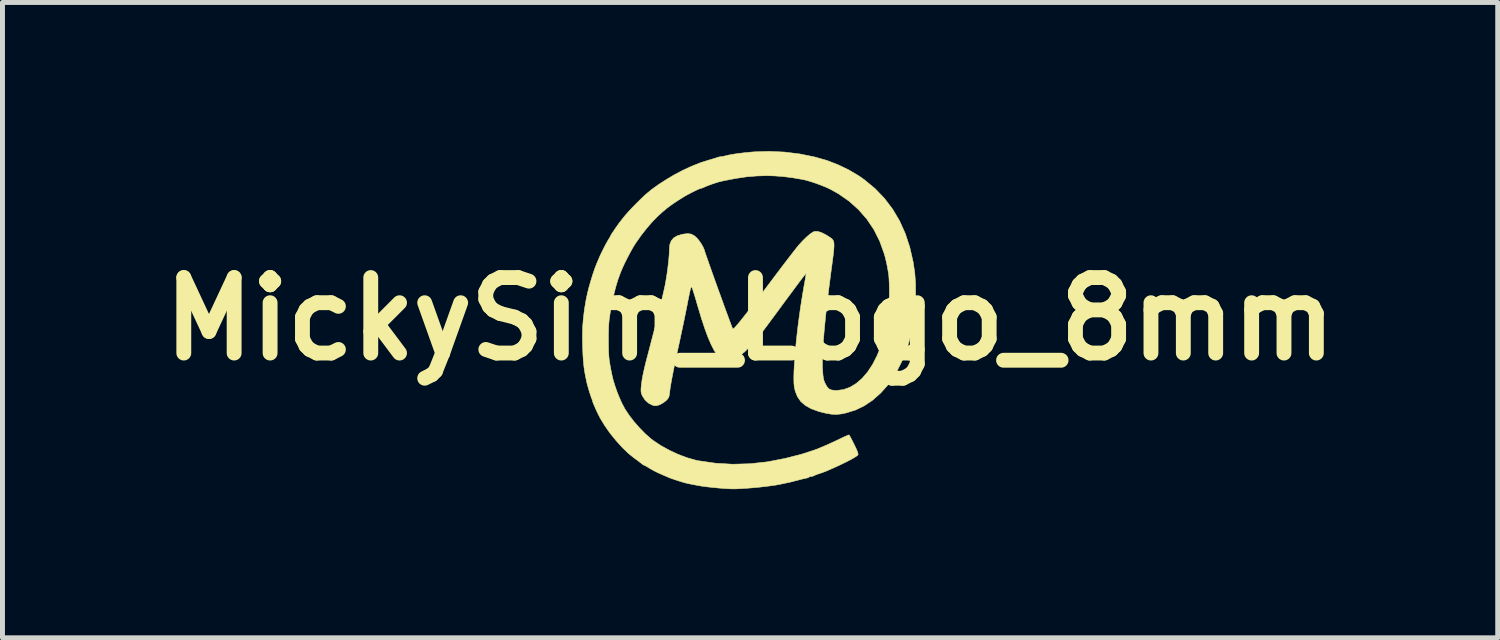
<source format=kicad_pcb>
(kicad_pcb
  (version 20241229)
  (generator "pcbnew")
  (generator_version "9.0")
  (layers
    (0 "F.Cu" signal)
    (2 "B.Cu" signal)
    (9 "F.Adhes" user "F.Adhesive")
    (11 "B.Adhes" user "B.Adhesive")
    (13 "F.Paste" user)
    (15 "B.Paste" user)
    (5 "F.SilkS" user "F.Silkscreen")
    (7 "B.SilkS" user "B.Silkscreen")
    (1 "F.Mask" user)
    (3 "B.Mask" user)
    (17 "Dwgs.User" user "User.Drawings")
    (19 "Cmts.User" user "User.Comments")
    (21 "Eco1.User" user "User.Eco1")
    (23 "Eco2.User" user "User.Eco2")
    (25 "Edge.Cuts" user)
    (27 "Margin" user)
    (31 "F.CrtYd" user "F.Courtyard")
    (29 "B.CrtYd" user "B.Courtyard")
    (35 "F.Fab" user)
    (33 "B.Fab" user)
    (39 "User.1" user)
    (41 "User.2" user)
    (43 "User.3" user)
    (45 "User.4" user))
  (footprint "MickySim_Logo_8mm"
    (layer "F.Cu")
    (at 12.09 3.387)
    (property "Reference" "MickySim_Logo_8mm" (at 0 0 0) (layer "F.SilkS") (effects (font (size 1.524 1.524) (thickness 0.3))))
    (attr through_hole)
    (fp_poly (pts (xy 0.693 -3.368) (xy 1.003 -3.33) (xy 1.303 -3.269) (xy 1.55 -3.199) (xy 1.773 -3.113) (xy 1.993 -3.007) (xy 2.199 -2.885) (xy 2.308 -2.808) (xy 2.523 -2.63) (xy 2.712 -2.433) (xy 2.877 -2.216) (xy 3.017 -1.98) (xy 3.132 -1.725) (xy 3.223 -1.448) (xy 3.291 -1.151) (xy 3.324 -0.932) (xy 3.34 -0.718) (xy 3.341 -0.486) (xy 3.329 -0.244) (xy 3.302 -0.003) (xy 3.263 0.229) (xy 3.213 0.442) (xy 3.2 0.487) (xy 3.172 0.578) (xy 3.149 0.648) (xy 3.129 0.705) (xy 3.108 0.758) (xy 3.081 0.816) (xy 3.047 0.889) (xy 3.02 0.943) (xy 2.971 1.041) (xy 2.931 1.118) (xy 2.896 1.179) (xy 2.862 1.232) (xy 2.824 1.283) (xy 2.792 1.323) (xy 2.636 1.496) (xy 2.475 1.639) (xy 2.306 1.753) (xy 2.128 1.839) (xy 1.938 1.898) (xy 1.841 1.918) (xy 1.747 1.928) (xy 1.646 1.924) (xy 1.533 1.905) (xy 1.4 1.872) (xy 1.382 1.867) (xy 1.236 1.814) (xy 1.117 1.748) (xy 1.025 1.669) (xy 0.957 1.572) (xy 0.911 1.457) (xy 0.892 1.373) (xy 0.885 1.296) (xy 0.883 1.19) (xy 0.886 1.06) (xy 0.894 0.908) (xy 0.906 0.739) (xy 0.922 0.556) (xy 0.942 0.362) (xy 0.965 0.161) (xy 0.992 -0.045) (xy 1.021 -0.251) (xy 1.053 -0.453) (xy 1.086 -0.65) (xy 1.095 -0.697) (xy 1.109 -0.776) (xy 1.12 -0.843) (xy 1.128 -0.892) (xy 1.13 -0.918) (xy 1.13 -0.92) (xy 1.12 -0.909) (xy 1.093 -0.874) (xy 1.051 -0.82) (xy 0.996 -0.748) (xy 0.931 -0.661) (xy 0.858 -0.562) (xy 0.777 -0.453) (xy 0.758 -0.428) (xy 0.671 -0.31) (xy 0.586 -0.194) (xy 0.505 -0.084) (xy 0.431 0.015) (xy 0.368 0.101) (xy 0.317 0.169) (xy 0.283 0.215) (xy 0.143 0.394) (xy 0.012 0.543) (xy -0.108 0.663) (xy -0.219 0.752) (xy -0.321 0.812) (xy -0.413 0.843) (xy -0.496 0.844) (xy -0.558 0.824) (xy -0.614 0.783) (xy -0.671 0.718) (xy -0.729 0.629) (xy -0.788 0.513) (xy -0.849 0.371) (xy -0.912 0.2) (xy -0.979 -0.000056) (xy -1.048 -0.231) (xy -1.063 -0.28) (xy -1.091 -0.378) (xy -1.118 -0.468) (xy -1.142 -0.544) (xy -1.16 -0.601) (xy -1.172 -0.634) (xy -1.174 -0.637) (xy -1.181 -0.646) (xy -1.187 -0.644) (xy -1.195 -0.628) (xy -1.205 -0.595) (xy -1.218 -0.541) (xy -1.234 -0.464) (xy -1.255 -0.361) (xy -1.269 -0.286) (xy -1.297 -0.147) (xy -1.329 0.01) (xy -1.363 0.174) (xy -1.397 0.332) (xy -1.427 0.473) (xy -1.43 0.487) (xy -1.474 0.688) (xy -1.514 0.875) (xy -1.548 1.044) (xy -1.577 1.194) (xy -1.6 1.32) (xy -1.616 1.421) (xy -1.623 1.483) (xy -1.631 1.543) (xy -1.643 1.584) (xy -1.664 1.616) (xy -1.694 1.648) (xy -1.747 1.689) (xy -1.807 1.724) (xy -1.828 1.734) (xy -1.88 1.75) (xy -1.921 1.753) (xy -1.966 1.743) (xy -2.047 1.703) (xy -2.119 1.638) (xy -2.173 1.556) (xy -2.192 1.511) (xy -2.201 1.47) (xy -2.202 1.419) (xy -2.198 1.369) (xy -2.189 1.29) (xy -2.177 1.207) (xy -2.159 1.115) (xy -2.136 1.009) (xy -2.106 0.884) (xy -2.067 0.735) (xy -2.05 0.671) (xy -2.007 0.505) (xy -1.962 0.332) (xy -1.917 0.158) (xy -1.874 -0.014) (xy -1.833 -0.178) (xy -1.796 -0.33) (xy -1.764 -0.465) (xy -1.738 -0.578) (xy -1.719 -0.663) (xy -1.697 -0.783) (xy -1.676 -0.914) (xy -1.658 -1.049) (xy -1.643 -1.18) (xy -1.633 -1.296) (xy -1.629 -1.391) (xy -1.629 -1.398) (xy -1.621 -1.498) (xy -1.592 -1.576) (xy -1.542 -1.635) (xy -1.467 -1.679) (xy -1.365 -1.709) (xy -1.353 -1.711) (xy -1.263 -1.722) (xy -1.191 -1.713) (xy -1.128 -1.681) (xy -1.078 -1.638) (xy -1.032 -1.584) (xy -0.987 -1.519) (xy -0.949 -1.452) (xy -0.923 -1.393) (xy -0.919 -1.376) (xy -0.912 -1.352) (xy -0.895 -1.302) (xy -0.869 -1.229) (xy -0.837 -1.137) (xy -0.799 -1.029) (xy -0.756 -0.908) (xy -0.71 -0.779) (xy -0.662 -0.645) (xy -0.613 -0.51) (xy -0.564 -0.376) (xy -0.518 -0.247) (xy -0.474 -0.128) (xy -0.435 -0.022) (xy -0.401 0.069) (xy -0.375 0.14) (xy -0.359 0.18) (xy -0.349 0.2) (xy -0.335 0.197) (xy -0.315 0.18) (xy -0.287 0.151) (xy -0.241 0.097) (xy -0.179 0.021) (xy -0.103 -0.075) (xy -0.014 -0.189) (xy 0.087 -0.319) (xy 0.198 -0.464) (xy 0.318 -0.621) (xy 0.444 -0.789) (xy 0.475 -0.831) (xy 0.566 -0.951) (xy 0.655 -1.069) (xy 0.74 -1.18) (xy 0.818 -1.281) (xy 0.886 -1.369) (xy 0.941 -1.439) (xy 0.981 -1.488) (xy 0.989 -1.497) (xy 1.066 -1.581) (xy 1.141 -1.654) (xy 1.209 -1.712) (xy 1.266 -1.751) (xy 1.301 -1.766) (xy 1.36 -1.767) (xy 1.434 -1.746) (xy 1.52 -1.704) (xy 1.559 -1.68) (xy 1.6 -1.654) (xy 1.633 -1.632) (xy 1.658 -1.611) (xy 1.677 -1.586) (xy 1.689 -1.554) (xy 1.694 -1.513) (xy 1.694 -1.458) (xy 1.689 -1.386) (xy 1.679 -1.294) (xy 1.664 -1.178) (xy 1.645 -1.035) (xy 1.638 -0.986) (xy 1.593 -0.638) (xy 1.554 -0.319) (xy 1.522 -0.03) (xy 1.497 0.228) (xy 1.478 0.457) (xy 1.465 0.655) (xy 1.46 0.822) (xy 1.46 0.959) (xy 1.461 0.982) (xy 1.467 1.078) (xy 1.473 1.149) (xy 1.481 1.202) (xy 1.492 1.246) (xy 1.508 1.287) (xy 1.512 1.294) (xy 1.55 1.365) (xy 1.591 1.411) (xy 1.645 1.435) (xy 1.719 1.444) (xy 1.749 1.444) (xy 1.884 1.427) (xy 2.015 1.38) (xy 2.141 1.304) (xy 2.261 1.201) (xy 2.372 1.072) (xy 2.473 0.919) (xy 2.562 0.744) (xy 2.612 0.623) (xy 2.631 0.573) (xy 2.647 0.531) (xy 2.652 0.519) (xy 2.667 0.476) (xy 2.673 0.455) (xy 2.681 0.425) (xy 2.694 0.374) (xy 2.71 0.312) (xy 2.712 0.304) (xy 2.749 0.152) (xy 2.776 0.012) (xy 2.794 -0.127) (xy 2.806 -0.273) (xy 2.811 -0.436) (xy 2.812 -0.534) (xy 2.811 -0.635) (xy 2.808 -0.732) (xy 2.804 -0.818) (xy 2.799 -0.885) (xy 2.794 -0.918) (xy 2.776 -1.021) (xy 2.761 -1.1) (xy 2.747 -1.164) (xy 2.734 -1.219) (xy 2.72 -1.273) (xy 2.704 -1.326) (xy 2.615 -1.573) (xy 2.499 -1.803) (xy 2.358 -2.013) (xy 2.191 -2.204) (xy 2.001 -2.375) (xy 1.786 -2.525) (xy 1.613 -2.621) (xy 1.531 -2.659) (xy 1.431 -2.699) (xy 1.323 -2.739) (xy 1.216 -2.774) (xy 1.121 -2.801) (xy 1.064 -2.814) (xy 0.854 -2.85) (xy 0.664 -2.874) (xy 0.484 -2.887) (xy 0.333 -2.891) (xy 0.133 -2.885) (xy -0.071 -2.868) (xy -0.287 -2.836) (xy -0.522 -2.791) (xy -0.575 -2.779) (xy -0.642 -2.762) (xy -0.725 -2.736) (xy -0.81 -2.706) (xy -0.888 -2.676) (xy -0.946 -2.65) (xy -0.946 -2.65) (xy -0.977 -2.638) (xy -0.989 -2.636) (xy -1.014 -2.629) (xy -1.059 -2.61) (xy -1.118 -2.582) (xy -1.184 -2.549) (xy -1.25 -2.514) (xy -1.309 -2.482) (xy -1.342 -2.462) (xy -1.455 -2.391) (xy -1.547 -2.33) (xy -1.625 -2.275) (xy -1.696 -2.22) (xy -1.765 -2.162) (xy -1.84 -2.094) (xy -1.875 -2.061) (xy -1.98 -1.953) (xy -2.091 -1.824) (xy -2.202 -1.682) (xy -2.306 -1.534) (xy -2.342 -1.478) (xy -2.384 -1.407) (xy -2.432 -1.319) (xy -2.482 -1.223) (xy -2.53 -1.128) (xy -2.569 -1.044) (xy -2.592 -0.99) (xy -2.61 -0.947) (xy -2.621 -0.919) (xy -2.666 -0.795) (xy -2.711 -0.647) (xy -2.753 -0.48) (xy -2.791 -0.303) (xy -2.824 -0.121) (xy -2.843 0.008) (xy -2.85 0.082) (xy -2.855 0.179) (xy -2.858 0.291) (xy -2.859 0.412) (xy -2.858 0.532) (xy -2.856 0.645) (xy -2.851 0.744) (xy -2.844 0.82) (xy -2.842 0.834) (xy -2.828 0.922) (xy -2.811 1.016) (xy -2.793 1.106) (xy -2.776 1.183) (xy -2.762 1.238) (xy -2.726 1.354) (xy -2.69 1.458) (xy -2.648 1.564) (xy -2.596 1.683) (xy -2.586 1.705) (xy -2.525 1.819) (xy -2.442 1.944) (xy -2.343 2.073) (xy -2.232 2.199) (xy -2.117 2.317) (xy -2.001 2.419) (xy -1.955 2.454) (xy -1.801 2.557) (xy -1.628 2.652) (xy -1.447 2.736) (xy -1.265 2.804) (xy -1.091 2.853) (xy -1.048 2.862) (xy -0.704 2.912) (xy -0.353 2.933) (xy 0.002 2.923) (xy 0.356 2.884) (xy 0.705 2.816) (xy 0.799 2.793) (xy 0.865 2.775) (xy 0.927 2.76) (xy 0.972 2.749) (xy 0.974 2.748) (xy 1.014 2.738) (xy 1.074 2.72) (xy 1.146 2.697) (xy 1.222 2.672) (xy 1.291 2.649) (xy 1.344 2.63) (xy 1.366 2.622) (xy 1.406 2.605) (xy 1.438 2.591) (xy 1.548 2.545) (xy 1.644 2.501) (xy 1.744 2.455) (xy 1.82 2.418) (xy 1.887 2.386) (xy 1.943 2.361) (xy 1.982 2.345) (xy 1.998 2.341) (xy 2.009 2.357) (xy 2.03 2.396) (xy 2.06 2.453) (xy 2.094 2.521) (xy 2.101 2.534) (xy 2.143 2.622) (xy 2.169 2.684) (xy 2.18 2.725) (xy 2.179 2.744) (xy 2.153 2.767) (xy 2.102 2.8) (xy 2.028 2.842) (xy 1.934 2.89) (xy 1.825 2.943) (xy 1.704 2.999) (xy 1.605 3.043) (xy 1.543 3.07) (xy 1.496 3.088) (xy 1.451 3.105) (xy 1.394 3.124) (xy 1.39 3.125) (xy 1.339 3.143) (xy 1.301 3.158) (xy 1.287 3.166) (xy 1.26 3.177) (xy 1.236 3.179) (xy 1.204 3.185) (xy 1.191 3.193) (xy 1.171 3.205) (xy 1.133 3.215) (xy 1.13 3.215) (xy 1.088 3.224) (xy 1.029 3.238) (xy 0.966 3.255) (xy 0.892 3.274) (xy 0.814 3.294) (xy 0.759 3.306) (xy 0.694 3.319) (xy 0.631 3.333) (xy 0.599 3.339) (xy 0.527 3.353) (xy 0.43 3.367) (xy 0.316 3.382) (xy 0.192 3.396) (xy 0.065 3.408) (xy -0.057 3.418) (xy -0.064 3.418) (xy -0.175 3.425) (xy -0.263 3.43) (xy -0.337 3.431) (xy -0.406 3.43) (xy -0.48 3.426) (xy -0.511 3.424) (xy -0.633 3.414) (xy -0.757 3.402) (xy -0.875 3.389) (xy -0.979 3.375) (xy -1.06 3.361) (xy -1.07 3.359) (xy -1.139 3.346) (xy -1.205 3.333) (xy -1.253 3.324) (xy -1.254 3.323) (xy -1.296 3.313) (xy -1.358 3.296) (xy -1.433 3.273) (xy -1.51 3.248) (xy -1.58 3.224) (xy -1.636 3.204) (xy -1.653 3.196) (xy -1.69 3.18) (xy -1.736 3.16) (xy -1.741 3.158) (xy -1.852 3.109) (xy -1.941 3.065) (xy -2.016 3.023) (xy -2.04 3.008) (xy -2.086 2.98) (xy -2.121 2.961) (xy -2.136 2.955) (xy -2.156 2.946) (xy -2.187 2.923) (xy -2.192 2.919) (xy -2.226 2.892) (xy -2.276 2.854) (xy -2.332 2.814) (xy -2.335 2.812) (xy -2.457 2.714) (xy -2.583 2.592) (xy -2.708 2.453) (xy -2.828 2.305) (xy -2.935 2.152) (xy -3.026 2.002) (xy -3.077 1.901) (xy -3.121 1.806) (xy -3.151 1.737) (xy -3.17 1.691) (xy -3.178 1.666) (xy -3.179 1.661) (xy -3.186 1.634) (xy -3.193 1.617) (xy -3.205 1.588) (xy -3.222 1.536) (xy -3.243 1.472) (xy -3.263 1.403) (xy -3.282 1.338) (xy -3.295 1.286) (xy -3.299 1.27) (xy -3.308 1.225) (xy -3.32 1.167) (xy -3.325 1.142) (xy -3.342 1.05) (xy -3.355 0.952) (xy -3.366 0.843) (xy -3.374 0.716) (xy -3.38 0.564) (xy -3.381 0.544) (xy -3.384 0.349) (xy -3.38 0.169) (xy -3.366 -0.005) (xy -3.344 -0.186) (xy -3.311 -0.384) (xy -3.305 -0.415) (xy -3.282 -0.519) (xy -3.252 -0.64) (xy -3.215 -0.768) (xy -3.176 -0.895) (xy -3.137 -1.01) (xy -3.101 -1.104) (xy -3.095 -1.118) (xy -3.074 -1.168) (xy -3.056 -1.21) (xy -3.051 -1.222) (xy -3.024 -1.285) (xy -2.986 -1.362) (xy -2.945 -1.445) (xy -2.905 -1.521) (xy -2.871 -1.581) (xy -2.864 -1.593) (xy -2.836 -1.638) (xy -2.817 -1.672) (xy -2.812 -1.685) (xy -2.803 -1.701) (xy -2.781 -1.736) (xy -2.749 -1.783) (xy -2.713 -1.836) (xy -2.677 -1.887) (xy -2.647 -1.93) (xy -2.625 -1.958) (xy -2.62 -1.965) (xy -2.605 -1.982) (xy -2.58 -2.015) (xy -2.563 -2.037) (xy -2.521 -2.089) (xy -2.461 -2.157) (xy -2.389 -2.235) (xy -2.308 -2.318) (xy -2.225 -2.4) (xy -2.146 -2.477) (xy -2.103 -2.516) (xy -1.987 -2.612) (xy -1.848 -2.712) (xy -1.693 -2.812) (xy -1.531 -2.908) (xy -1.367 -2.995) (xy -1.211 -3.068) (xy -1.158 -3.09) (xy -1.099 -3.114) (xy -1.048 -3.134) (xy -1.016 -3.147) (xy -1.014 -3.148) (xy -0.985 -3.158) (xy -0.934 -3.174) (xy -0.871 -3.194) (xy -0.839 -3.204) (xy -0.771 -3.224) (xy -0.711 -3.242) (xy -0.669 -3.256) (xy -0.658 -3.26) (xy -0.614 -3.272) (xy -0.587 -3.275) (xy -0.547 -3.28) (xy -0.504 -3.29) (xy -0.438 -3.306) (xy -0.345 -3.323) (xy -0.233 -3.34) (xy -0.105 -3.355) (xy 0.031 -3.368) (xy 0.08 -3.372) (xy 0.383 -3.382) (xy 0.693 -3.368)) (stroke (width 0.01) (type solid)) (fill yes) (layer "F.SilkS")))
  (gr_rect
    (start -3 -3)
    (end 27.181 9.824)
    (stroke (width 0.1) (type default))
    (fill no)
    (layer "Edge.Cuts")))
</source>
